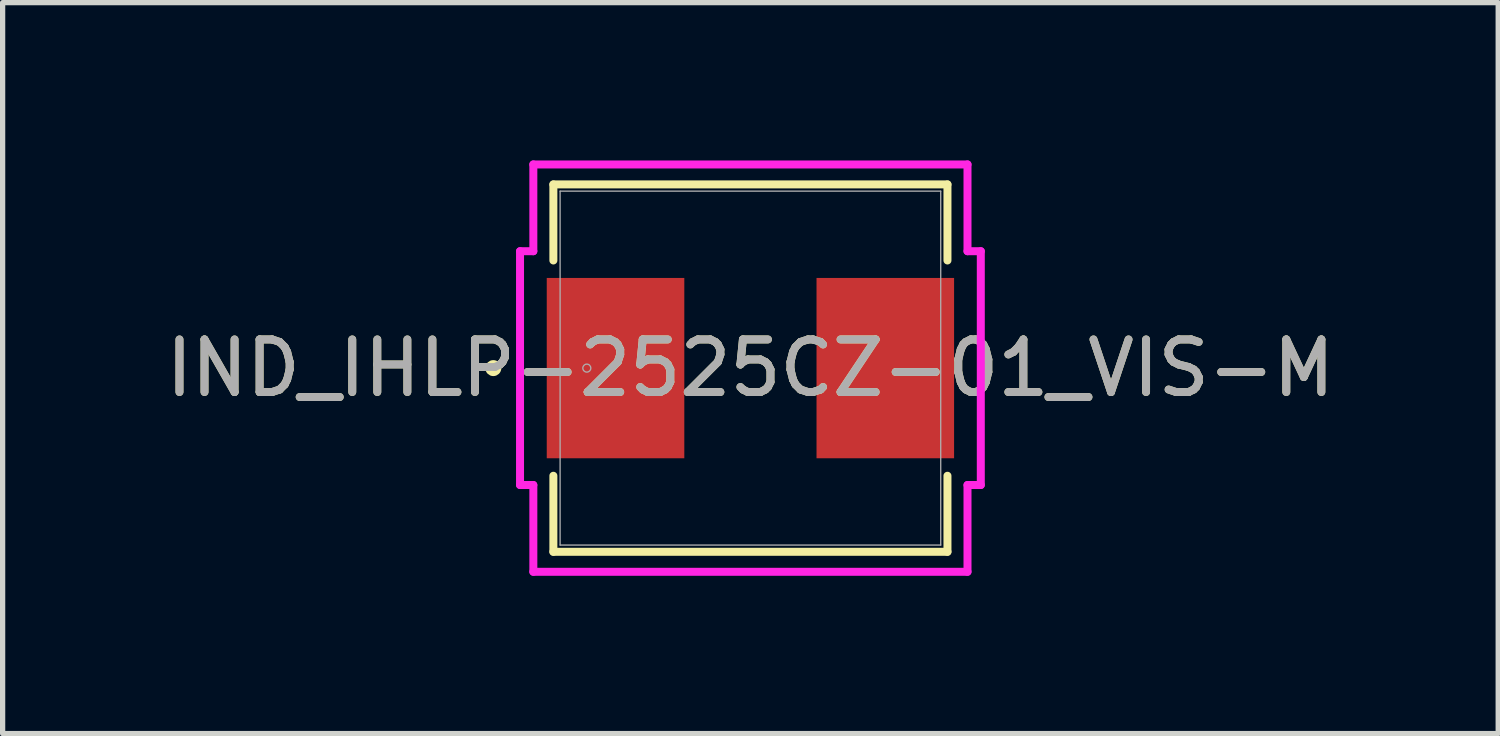
<source format=kicad_pcb>
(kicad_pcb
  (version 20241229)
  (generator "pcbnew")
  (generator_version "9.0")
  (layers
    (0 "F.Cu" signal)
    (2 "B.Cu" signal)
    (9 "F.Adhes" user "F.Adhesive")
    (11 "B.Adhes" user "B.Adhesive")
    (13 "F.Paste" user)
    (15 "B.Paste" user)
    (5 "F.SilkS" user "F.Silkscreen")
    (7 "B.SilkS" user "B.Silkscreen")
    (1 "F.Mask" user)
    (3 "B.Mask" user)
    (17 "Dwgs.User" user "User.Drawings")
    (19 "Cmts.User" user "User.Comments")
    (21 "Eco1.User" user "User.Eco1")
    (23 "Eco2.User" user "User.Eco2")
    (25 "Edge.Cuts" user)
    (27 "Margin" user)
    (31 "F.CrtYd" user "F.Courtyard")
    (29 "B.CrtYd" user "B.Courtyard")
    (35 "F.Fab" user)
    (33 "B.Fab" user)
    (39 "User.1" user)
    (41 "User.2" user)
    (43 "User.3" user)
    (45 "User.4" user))
  (footprint "IND_IHLP-2525CZ-01_VIS-M"
    (layer "F.Cu")
    (at 11.22 3.95)
    (property "Reference" "IND_IHLP-2525CZ-01_VIS-M" (at 0 0 0) (unlocked yes) (layer "F.SilkS") (effects (font (size 1 1) (thickness 0.15))))
    (attr smd)
    (fp_line (start -3.747 -3.493) (end -3.747 -2.047) (stroke (width 0.152) (type solid)) (layer "F.SilkS"))
    (fp_line (start -3.747 2.047) (end -3.747 3.493) (stroke (width 0.152) (type solid)) (layer "F.SilkS"))
    (fp_line (start -3.747 3.493) (end 3.747 3.493) (stroke (width 0.152) (type solid)) (layer "F.SilkS"))
    (fp_line (start 3.747 -3.493) (end -3.747 -3.493) (stroke (width 0.152) (type solid)) (layer "F.SilkS"))
    (fp_line (start 3.747 -2.047) (end 3.747 -3.493) (stroke (width 0.152) (type solid)) (layer "F.SilkS"))
    (fp_line (start 3.747 3.493) (end 3.747 2.047) (stroke (width 0.152) (type solid)) (layer "F.SilkS"))
    (fp_circle (center -4.889 0) (end -4.813 0) (stroke (width 0.152) (type solid)) (fill no) (layer "F.SilkS"))
    (fp_line (start -4.381 -2.223) (end -4.128 -2.223) (stroke (width 0.152) (type solid)) (layer "F.CrtYd"))
    (fp_line (start -4.381 2.223) (end -4.381 -2.223) (stroke (width 0.152) (type solid)) (layer "F.CrtYd"))
    (fp_line (start -4.128 -3.873) (end 4.128 -3.873) (stroke (width 0.152) (type solid)) (layer "F.CrtYd"))
    (fp_line (start -4.128 -2.223) (end -4.128 -3.873) (stroke (width 0.152) (type solid)) (layer "F.CrtYd"))
    (fp_line (start -4.128 2.223) (end -4.381 2.223) (stroke (width 0.152) (type solid)) (layer "F.CrtYd"))
    (fp_line (start -4.128 3.873) (end -4.128 2.223) (stroke (width 0.152) (type solid)) (layer "F.CrtYd"))
    (fp_line (start 4.128 -3.873) (end 4.128 -2.223) (stroke (width 0.152) (type solid)) (layer "F.CrtYd"))
    (fp_line (start 4.128 -2.223) (end 4.381 -2.223) (stroke (width 0.152) (type solid)) (layer "F.CrtYd"))
    (fp_line (start 4.128 2.223) (end 4.128 3.873) (stroke (width 0.152) (type solid)) (layer "F.CrtYd"))
    (fp_line (start 4.128 3.873) (end -4.128 3.873) (stroke (width 0.152) (type solid)) (layer "F.CrtYd"))
    (fp_line (start 4.381 -2.223) (end 4.381 2.223) (stroke (width 0.152) (type solid)) (layer "F.CrtYd"))
    (fp_line (start 4.381 2.223) (end 4.128 2.223) (stroke (width 0.152) (type solid)) (layer "F.CrtYd"))
    (fp_line (start -3.619 -3.365) (end -3.619 3.365) (stroke (width 0.025) (type solid)) (layer "F.Fab"))
    (fp_line (start -3.619 3.365) (end 3.619 3.365) (stroke (width 0.025) (type solid)) (layer "F.Fab"))
    (fp_line (start 3.619 -3.365) (end -3.619 -3.365) (stroke (width 0.025) (type solid)) (layer "F.Fab"))
    (fp_line (start 3.619 3.365) (end 3.619 -3.365) (stroke (width 0.025) (type solid)) (layer "F.Fab"))
    (fp_circle (center -3.111 0) (end -3.035 0) (stroke (width 0.025) (type solid)) (fill no) (layer "F.Fab"))
    (fp_text user "${REFERENCE}" (at 0 0 0) (unlocked yes) (layer "F.Fab") (effects (font (size 1 1) (thickness 0.15))))
    (pad "1" smd rect (at -2.565 0 90) (size 3.429 2.616) (layers "F.Cu" "F.Mask" "F.Paste"))
    (pad "2" smd rect (at 2.565 0 90) (size 3.429 2.616) (layers "F.Cu" "F.Mask" "F.Paste"))
    (zone (net_name "") (layer "F.Cu") (hatch full 0.508) (connect_pads) (min_thickness 0.254) (filled_areas_thickness no) (keepout (tracks not_allowed) (vias not_allowed) (pads allowed) (copperpour not_allowed) (footprints allowed)) (placement (enabled no)) (fill) (polygon (pts (xy 7.652 0.635) (xy 14.789 0.635) (xy 14.789 2.184) (xy 7.652 2.184))))
    (zone (net_name "") (layer "F.Cu") (hatch full 0.508) (connect_pads) (min_thickness 0.254) (filled_areas_thickness no) (keepout (tracks not_allowed) (vias not_allowed) (pads allowed) (copperpour not_allowed) (footprints allowed)) (placement (enabled no)) (fill) (polygon (pts (xy 7.652 5.715) (xy 14.789 5.715) (xy 14.789 7.264) (xy 7.652 7.264))))
    (zone (net_name "") (layer "F.Cu") (hatch full 0.508) (connect_pads) (min_thickness 0.254) (filled_areas_thickness no) (keepout (tracks not_allowed) (vias not_allowed) (pads allowed) (copperpour not_allowed) (footprints allowed)) (placement (enabled no)) (fill) (polygon (pts (xy 10.014 2.184) (xy 12.427 2.184) (xy 12.427 5.715) (xy 10.014 5.715)))))
  (gr_rect
    (start -3 -3)
    (end 25.44 10.899)
    (stroke (width 0.1) (type default))
    (fill no)
    (layer "Edge.Cuts")))
</source>
